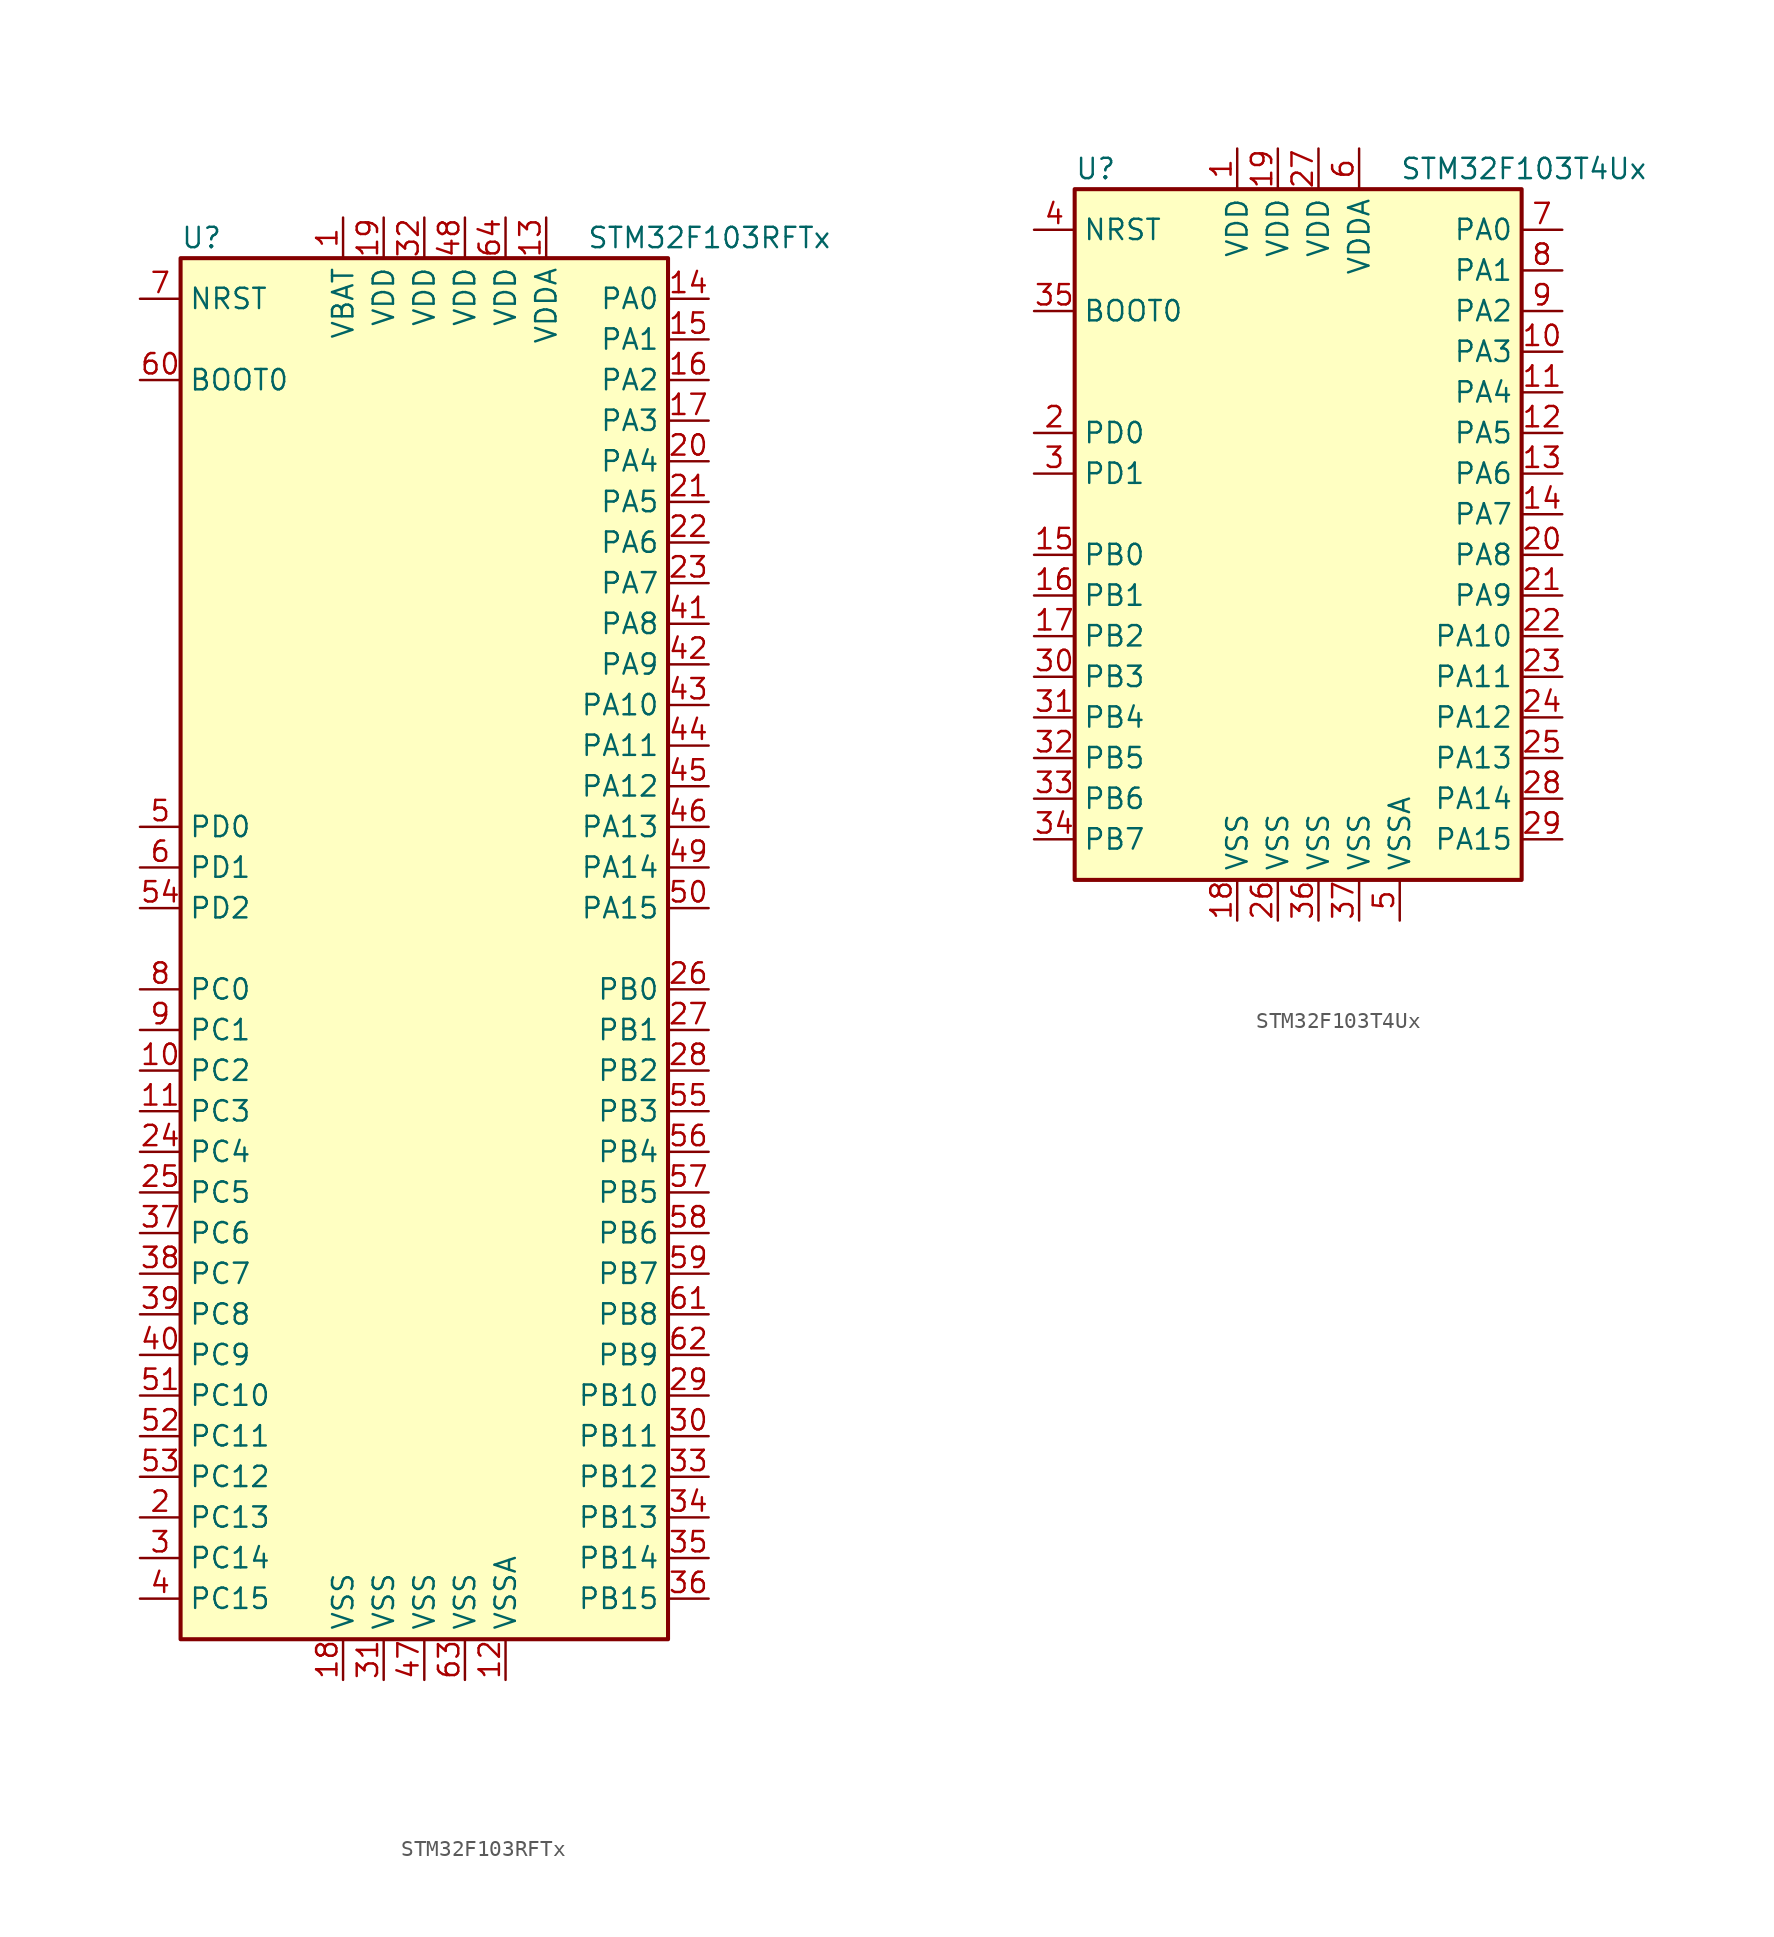
<source format=kicad_sym>
(kicad_symbol_lib
  (version 20201005)
  (generator kicad_symbol_editor)
  (symbol "MCU_ST_STM32F1:STM32F103RFTx"
    (property "Reference" "U"
      (at -15.24 44.45 0)
      (effects (font (size 1.27 1.27)) (justify left)))
    (property "Value" "STM32F103RFTx"
      (at 10.16 44.45 0)
      (effects (font (size 1.27 1.27)) (justify left)))
    (symbol "STM32F103RFTx_0_1"
      (rectangle (start -15.24 -43.18) (end 15.24 43.18) (stroke (width 0.254)) (fill (type background))))
    (symbol "STM32F103RFTx_1_1"
      (pin input line (at -17.78 35.56 0) (length 2.54) (name "BOOT0" (effects (font (size 1.27 1.27)))) (number "60" (effects (font (size 1.27 1.27)))))
      (pin input line (at -17.78 40.64 0) (length 2.54) (name "NRST" (effects (font (size 1.27 1.27)))) (number "7" (effects (font (size 1.27 1.27)))))
      (pin bidirectional line (at 17.78 40.64 180) (length 2.54) (name "PA0" (effects (font (size 1.27 1.27)))) (number "14" (effects (font (size 1.27 1.27)))))
      (pin bidirectional line (at 17.78 38.1 180) (length 2.54) (name "PA1" (effects (font (size 1.27 1.27)))) (number "15" (effects (font (size 1.27 1.27)))))
      (pin bidirectional line (at 17.78 15.24 180) (length 2.54) (name "PA10" (effects (font (size 1.27 1.27)))) (number "43" (effects (font (size 1.27 1.27)))))
      (pin bidirectional line (at 17.78 12.7 180) (length 2.54) (name "PA11" (effects (font (size 1.27 1.27)))) (number "44" (effects (font (size 1.27 1.27)))))
      (pin bidirectional line (at 17.78 10.16 180) (length 2.54) (name "PA12" (effects (font (size 1.27 1.27)))) (number "45" (effects (font (size 1.27 1.27)))))
      (pin bidirectional line (at 17.78 7.62 180) (length 2.54) (name "PA13" (effects (font (size 1.27 1.27)))) (number "46" (effects (font (size 1.27 1.27)))))
      (pin bidirectional line (at 17.78 5.08 180) (length 2.54) (name "PA14" (effects (font (size 1.27 1.27)))) (number "49" (effects (font (size 1.27 1.27)))))
      (pin bidirectional line (at 17.78 2.54 180) (length 2.54) (name "PA15" (effects (font (size 1.27 1.27)))) (number "50" (effects (font (size 1.27 1.27)))))
      (pin bidirectional line (at 17.78 35.56 180) (length 2.54) (name "PA2" (effects (font (size 1.27 1.27)))) (number "16" (effects (font (size 1.27 1.27)))))
      (pin bidirectional line (at 17.78 33.02 180) (length 2.54) (name "PA3" (effects (font (size 1.27 1.27)))) (number "17" (effects (font (size 1.27 1.27)))))
      (pin bidirectional line (at 17.78 30.48 180) (length 2.54) (name "PA4" (effects (font (size 1.27 1.27)))) (number "20" (effects (font (size 1.27 1.27)))))
      (pin bidirectional line (at 17.78 27.94 180) (length 2.54) (name "PA5" (effects (font (size 1.27 1.27)))) (number "21" (effects (font (size 1.27 1.27)))))
      (pin bidirectional line (at 17.78 25.4 180) (length 2.54) (name "PA6" (effects (font (size 1.27 1.27)))) (number "22" (effects (font (size 1.27 1.27)))))
      (pin bidirectional line (at 17.78 22.86 180) (length 2.54) (name "PA7" (effects (font (size 1.27 1.27)))) (number "23" (effects (font (size 1.27 1.27)))))
      (pin bidirectional line (at 17.78 20.32 180) (length 2.54) (name "PA8" (effects (font (size 1.27 1.27)))) (number "41" (effects (font (size 1.27 1.27)))))
      (pin bidirectional line (at 17.78 17.78 180) (length 2.54) (name "PA9" (effects (font (size 1.27 1.27)))) (number "42" (effects (font (size 1.27 1.27)))))
      (pin bidirectional line (at 17.78 -2.54 180) (length 2.54) (name "PB0" (effects (font (size 1.27 1.27)))) (number "26" (effects (font (size 1.27 1.27)))))
      (pin bidirectional line (at 17.78 -5.08 180) (length 2.54) (name "PB1" (effects (font (size 1.27 1.27)))) (number "27" (effects (font (size 1.27 1.27)))))
      (pin bidirectional line (at 17.78 -27.94 180) (length 2.54) (name "PB10" (effects (font (size 1.27 1.27)))) (number "29" (effects (font (size 1.27 1.27)))))
      (pin bidirectional line (at 17.78 -30.48 180) (length 2.54) (name "PB11" (effects (font (size 1.27 1.27)))) (number "30" (effects (font (size 1.27 1.27)))))
      (pin bidirectional line (at 17.78 -33.02 180) (length 2.54) (name "PB12" (effects (font (size 1.27 1.27)))) (number "33" (effects (font (size 1.27 1.27)))))
      (pin bidirectional line (at 17.78 -35.56 180) (length 2.54) (name "PB13" (effects (font (size 1.27 1.27)))) (number "34" (effects (font (size 1.27 1.27)))))
      (pin bidirectional line (at 17.78 -38.1 180) (length 2.54) (name "PB14" (effects (font (size 1.27 1.27)))) (number "35" (effects (font (size 1.27 1.27)))))
      (pin bidirectional line (at 17.78 -40.64 180) (length 2.54) (name "PB15" (effects (font (size 1.27 1.27)))) (number "36" (effects (font (size 1.27 1.27)))))
      (pin bidirectional line (at 17.78 -7.62 180) (length 2.54) (name "PB2" (effects (font (size 1.27 1.27)))) (number "28" (effects (font (size 1.27 1.27)))))
      (pin bidirectional line (at 17.78 -10.16 180) (length 2.54) (name "PB3" (effects (font (size 1.27 1.27)))) (number "55" (effects (font (size 1.27 1.27)))))
      (pin bidirectional line (at 17.78 -12.7 180) (length 2.54) (name "PB4" (effects (font (size 1.27 1.27)))) (number "56" (effects (font (size 1.27 1.27)))))
      (pin bidirectional line (at 17.78 -15.24 180) (length 2.54) (name "PB5" (effects (font (size 1.27 1.27)))) (number "57" (effects (font (size 1.27 1.27)))))
      (pin bidirectional line (at 17.78 -17.78 180) (length 2.54) (name "PB6" (effects (font (size 1.27 1.27)))) (number "58" (effects (font (size 1.27 1.27)))))
      (pin bidirectional line (at 17.78 -20.32 180) (length 2.54) (name "PB7" (effects (font (size 1.27 1.27)))) (number "59" (effects (font (size 1.27 1.27)))))
      (pin bidirectional line (at 17.78 -22.86 180) (length 2.54) (name "PB8" (effects (font (size 1.27 1.27)))) (number "61" (effects (font (size 1.27 1.27)))))
      (pin bidirectional line (at 17.78 -25.4 180) (length 2.54) (name "PB9" (effects (font (size 1.27 1.27)))) (number "62" (effects (font (size 1.27 1.27)))))
      (pin bidirectional line (at -17.78 -2.54 0) (length 2.54) (name "PC0" (effects (font (size 1.27 1.27)))) (number "8" (effects (font (size 1.27 1.27)))))
      (pin bidirectional line (at -17.78 -5.08 0) (length 2.54) (name "PC1" (effects (font (size 1.27 1.27)))) (number "9" (effects (font (size 1.27 1.27)))))
      (pin bidirectional line (at -17.78 -27.94 0) (length 2.54) (name "PC10" (effects (font (size 1.27 1.27)))) (number "51" (effects (font (size 1.27 1.27)))))
      (pin bidirectional line (at -17.78 -30.48 0) (length 2.54) (name "PC11" (effects (font (size 1.27 1.27)))) (number "52" (effects (font (size 1.27 1.27)))))
      (pin bidirectional line (at -17.78 -33.02 0) (length 2.54) (name "PC12" (effects (font (size 1.27 1.27)))) (number "53" (effects (font (size 1.27 1.27)))))
      (pin bidirectional line (at -17.78 -35.56 0) (length 2.54) (name "PC13" (effects (font (size 1.27 1.27)))) (number "2" (effects (font (size 1.27 1.27)))))
      (pin bidirectional line (at -17.78 -38.1 0) (length 2.54) (name "PC14" (effects (font (size 1.27 1.27)))) (number "3" (effects (font (size 1.27 1.27)))))
      (pin bidirectional line (at -17.78 -40.64 0) (length 2.54) (name "PC15" (effects (font (size 1.27 1.27)))) (number "4" (effects (font (size 1.27 1.27)))))
      (pin bidirectional line (at -17.78 -7.62 0) (length 2.54) (name "PC2" (effects (font (size 1.27 1.27)))) (number "10" (effects (font (size 1.27 1.27)))))
      (pin bidirectional line (at -17.78 -10.16 0) (length 2.54) (name "PC3" (effects (font (size 1.27 1.27)))) (number "11" (effects (font (size 1.27 1.27)))))
      (pin bidirectional line (at -17.78 -12.7 0) (length 2.54) (name "PC4" (effects (font (size 1.27 1.27)))) (number "24" (effects (font (size 1.27 1.27)))))
      (pin bidirectional line (at -17.78 -15.24 0) (length 2.54) (name "PC5" (effects (font (size 1.27 1.27)))) (number "25" (effects (font (size 1.27 1.27)))))
      (pin bidirectional line (at -17.78 -17.78 0) (length 2.54) (name "PC6" (effects (font (size 1.27 1.27)))) (number "37" (effects (font (size 1.27 1.27)))))
      (pin bidirectional line (at -17.78 -20.32 0) (length 2.54) (name "PC7" (effects (font (size 1.27 1.27)))) (number "38" (effects (font (size 1.27 1.27)))))
      (pin bidirectional line (at -17.78 -22.86 0) (length 2.54) (name "PC8" (effects (font (size 1.27 1.27)))) (number "39" (effects (font (size 1.27 1.27)))))
      (pin bidirectional line (at -17.78 -25.4 0) (length 2.54) (name "PC9" (effects (font (size 1.27 1.27)))) (number "40" (effects (font (size 1.27 1.27)))))
      (pin input line (at -17.78 7.62 0) (length 2.54) (name "PD0" (effects (font (size 1.27 1.27)))) (number "5" (effects (font (size 1.27 1.27)))))
      (pin input line (at -17.78 5.08 0) (length 2.54) (name "PD1" (effects (font (size 1.27 1.27)))) (number "6" (effects (font (size 1.27 1.27)))))
      (pin bidirectional line (at -17.78 2.54 0) (length 2.54) (name "PD2" (effects (font (size 1.27 1.27)))) (number "54" (effects (font (size 1.27 1.27)))))
      (pin power_in line (at -5.08 45.72 270) (length 2.54) (name "VBAT" (effects (font (size 1.27 1.27)))) (number "1" (effects (font (size 1.27 1.27)))))
      (pin power_in line (at -2.54 45.72 270) (length 2.54) (name "VDD" (effects (font (size 1.27 1.27)))) (number "19" (effects (font (size 1.27 1.27)))))
      (pin power_in line (at 0 45.72 270) (length 2.54) (name "VDD" (effects (font (size 1.27 1.27)))) (number "32" (effects (font (size 1.27 1.27)))))
      (pin power_in line (at 2.54 45.72 270) (length 2.54) (name "VDD" (effects (font (size 1.27 1.27)))) (number "48" (effects (font (size 1.27 1.27)))))
      (pin power_in line (at 5.08 45.72 270) (length 2.54) (name "VDD" (effects (font (size 1.27 1.27)))) (number "64" (effects (font (size 1.27 1.27)))))
      (pin power_in line (at 7.62 45.72 270) (length 2.54) (name "VDDA" (effects (font (size 1.27 1.27)))) (number "13" (effects (font (size 1.27 1.27)))))
      (pin power_in line (at -5.08 -45.72 90) (length 2.54) (name "VSS" (effects (font (size 1.27 1.27)))) (number "18" (effects (font (size 1.27 1.27)))))
      (pin power_in line (at -2.54 -45.72 90) (length 2.54) (name "VSS" (effects (font (size 1.27 1.27)))) (number "31" (effects (font (size 1.27 1.27)))))
      (pin power_in line (at 0 -45.72 90) (length 2.54) (name "VSS" (effects (font (size 1.27 1.27)))) (number "47" (effects (font (size 1.27 1.27)))))
      (pin power_in line (at 2.54 -45.72 90) (length 2.54) (name "VSS" (effects (font (size 1.27 1.27)))) (number "63" (effects (font (size 1.27 1.27)))))
      (pin power_in line (at 5.08 -45.72 90) (length 2.54) (name "VSSA" (effects (font (size 1.27 1.27)))) (number "12" (effects (font (size 1.27 1.27)))))))
  (symbol "MCU_ST_STM32F1:STM32F103T4Ux"
    (property "Reference" "U"
      (at -15.24 21.59 0)
      (effects (font (size 1.27 1.27)) (justify left)))
    (property "Value" "STM32F103T4Ux"
      (at 5.08 21.59 0)
      (effects (font (size 1.27 1.27)) (justify left)))
    (symbol "STM32F103T4Ux_0_1"
      (rectangle (start -15.24 -22.86) (end 12.7 20.32) (stroke (width 0.254)) (fill (type background))))
    (symbol "STM32F103T4Ux_1_1"
      (pin input line (at -17.78 12.7 0) (length 2.54) (name "BOOT0" (effects (font (size 1.27 1.27)))) (number "35" (effects (font (size 1.27 1.27)))))
      (pin input line (at -17.78 17.78 0) (length 2.54) (name "NRST" (effects (font (size 1.27 1.27)))) (number "4" (effects (font (size 1.27 1.27)))))
      (pin bidirectional line (at 15.24 17.78 180) (length 2.54) (name "PA0" (effects (font (size 1.27 1.27)))) (number "7" (effects (font (size 1.27 1.27)))))
      (pin bidirectional line (at 15.24 15.24 180) (length 2.54) (name "PA1" (effects (font (size 1.27 1.27)))) (number "8" (effects (font (size 1.27 1.27)))))
      (pin bidirectional line (at 15.24 -7.62 180) (length 2.54) (name "PA10" (effects (font (size 1.27 1.27)))) (number "22" (effects (font (size 1.27 1.27)))))
      (pin bidirectional line (at 15.24 -10.16 180) (length 2.54) (name "PA11" (effects (font (size 1.27 1.27)))) (number "23" (effects (font (size 1.27 1.27)))))
      (pin bidirectional line (at 15.24 -12.7 180) (length 2.54) (name "PA12" (effects (font (size 1.27 1.27)))) (number "24" (effects (font (size 1.27 1.27)))))
      (pin bidirectional line (at 15.24 -15.24 180) (length 2.54) (name "PA13" (effects (font (size 1.27 1.27)))) (number "25" (effects (font (size 1.27 1.27)))))
      (pin bidirectional line (at 15.24 -17.78 180) (length 2.54) (name "PA14" (effects (font (size 1.27 1.27)))) (number "28" (effects (font (size 1.27 1.27)))))
      (pin bidirectional line (at 15.24 -20.32 180) (length 2.54) (name "PA15" (effects (font (size 1.27 1.27)))) (number "29" (effects (font (size 1.27 1.27)))))
      (pin bidirectional line (at 15.24 12.7 180) (length 2.54) (name "PA2" (effects (font (size 1.27 1.27)))) (number "9" (effects (font (size 1.27 1.27)))))
      (pin bidirectional line (at 15.24 10.16 180) (length 2.54) (name "PA3" (effects (font (size 1.27 1.27)))) (number "10" (effects (font (size 1.27 1.27)))))
      (pin bidirectional line (at 15.24 7.62 180) (length 2.54) (name "PA4" (effects (font (size 1.27 1.27)))) (number "11" (effects (font (size 1.27 1.27)))))
      (pin bidirectional line (at 15.24 5.08 180) (length 2.54) (name "PA5" (effects (font (size 1.27 1.27)))) (number "12" (effects (font (size 1.27 1.27)))))
      (pin bidirectional line (at 15.24 2.54 180) (length 2.54) (name "PA6" (effects (font (size 1.27 1.27)))) (number "13" (effects (font (size 1.27 1.27)))))
      (pin bidirectional line (at 15.24 0 180) (length 2.54) (name "PA7" (effects (font (size 1.27 1.27)))) (number "14" (effects (font (size 1.27 1.27)))))
      (pin bidirectional line (at 15.24 -2.54 180) (length 2.54) (name "PA8" (effects (font (size 1.27 1.27)))) (number "20" (effects (font (size 1.27 1.27)))))
      (pin bidirectional line (at 15.24 -5.08 180) (length 2.54) (name "PA9" (effects (font (size 1.27 1.27)))) (number "21" (effects (font (size 1.27 1.27)))))
      (pin bidirectional line (at -17.78 -2.54 0) (length 2.54) (name "PB0" (effects (font (size 1.27 1.27)))) (number "15" (effects (font (size 1.27 1.27)))))
      (pin bidirectional line (at -17.78 -5.08 0) (length 2.54) (name "PB1" (effects (font (size 1.27 1.27)))) (number "16" (effects (font (size 1.27 1.27)))))
      (pin bidirectional line (at -17.78 -7.62 0) (length 2.54) (name "PB2" (effects (font (size 1.27 1.27)))) (number "17" (effects (font (size 1.27 1.27)))))
      (pin bidirectional line (at -17.78 -10.16 0) (length 2.54) (name "PB3" (effects (font (size 1.27 1.27)))) (number "30" (effects (font (size 1.27 1.27)))))
      (pin bidirectional line (at -17.78 -12.7 0) (length 2.54) (name "PB4" (effects (font (size 1.27 1.27)))) (number "31" (effects (font (size 1.27 1.27)))))
      (pin bidirectional line (at -17.78 -15.24 0) (length 2.54) (name "PB5" (effects (font (size 1.27 1.27)))) (number "32" (effects (font (size 1.27 1.27)))))
      (pin bidirectional line (at -17.78 -17.78 0) (length 2.54) (name "PB6" (effects (font (size 1.27 1.27)))) (number "33" (effects (font (size 1.27 1.27)))))
      (pin bidirectional line (at -17.78 -20.32 0) (length 2.54) (name "PB7" (effects (font (size 1.27 1.27)))) (number "34" (effects (font (size 1.27 1.27)))))
      (pin input line (at -17.78 5.08 0) (length 2.54) (name "PD0" (effects (font (size 1.27 1.27)))) (number "2" (effects (font (size 1.27 1.27)))))
      (pin input line (at -17.78 2.54 0) (length 2.54) (name "PD1" (effects (font (size 1.27 1.27)))) (number "3" (effects (font (size 1.27 1.27)))))
      (pin power_in line (at -5.08 22.86 270) (length 2.54) (name "VDD" (effects (font (size 1.27 1.27)))) (number "1" (effects (font (size 1.27 1.27)))))
      (pin power_in line (at -2.54 22.86 270) (length 2.54) (name "VDD" (effects (font (size 1.27 1.27)))) (number "19" (effects (font (size 1.27 1.27)))))
      (pin power_in line (at 0 22.86 270) (length 2.54) (name "VDD" (effects (font (size 1.27 1.27)))) (number "27" (effects (font (size 1.27 1.27)))))
      (pin power_in line (at 2.54 22.86 270) (length 2.54) (name "VDDA" (effects (font (size 1.27 1.27)))) (number "6" (effects (font (size 1.27 1.27)))))
      (pin power_in line (at -5.08 -25.4 90) (length 2.54) (name "VSS" (effects (font (size 1.27 1.27)))) (number "18" (effects (font (size 1.27 1.27)))))
      (pin power_in line (at -2.54 -25.4 90) (length 2.54) (name "VSS" (effects (font (size 1.27 1.27)))) (number "26" (effects (font (size 1.27 1.27)))))
      (pin power_in line (at 0 -25.4 90) (length 2.54) (name "VSS" (effects (font (size 1.27 1.27)))) (number "36" (effects (font (size 1.27 1.27)))))
      (pin power_in line (at 2.54 -25.4 90) (length 2.54) (name "VSS" (effects (font (size 1.27 1.27)))) (number "37" (effects (font (size 1.27 1.27)))))
      (pin power_in line (at 5.08 -25.4 90) (length 2.54) (name "VSSA" (effects (font (size 1.27 1.27)))) (number "5" (effects (font (size 1.27 1.27))))))))
</source>
